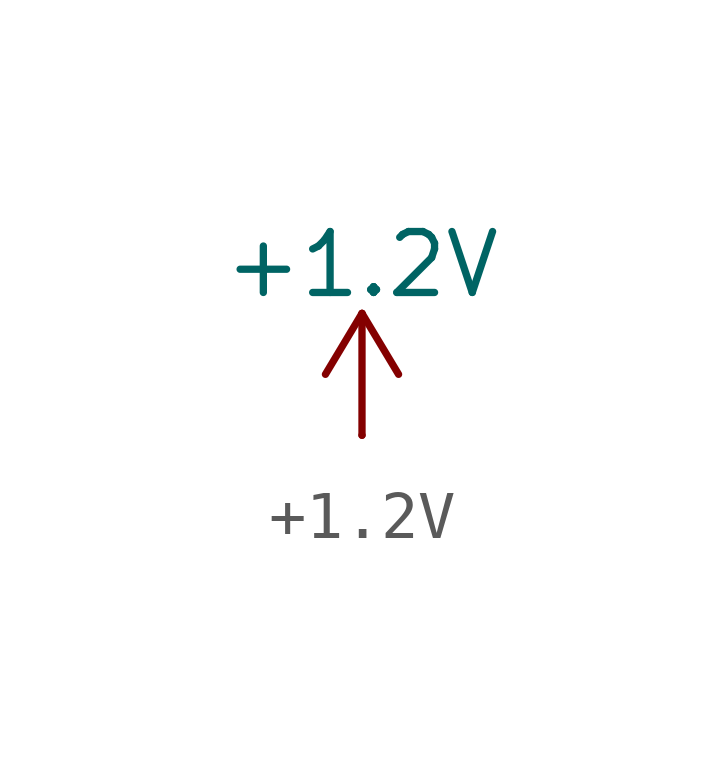
<source format=kicad_sym>
(kicad_symbol_lib
  (version 20231120)
  (generator "kicad_symbol_editor")
  (generator_version "8.0")
  (symbol "+1.2V"
    (power)
    (pin_numbers hide)
    (pin_names
      (offset 0) hide)
    (property "Reference" "#PWR"
      (at 0 -3.81 0)
      (effects (font (size 1.27 1.27)) (hide yes)))
    (property "Value" "+1.2V"
      (at 0 3.556 0)
      (effects (font (size 1.27 1.27))))
    (symbol "+1.2V_0_1"
      (polyline (pts (xy -0.762 1.27) (xy 0 2.54)) (stroke (width 0) (type default)) (fill (type none)))
      (polyline (pts (xy 0 0) (xy 0 2.54)) (stroke (width 0) (type default)) (fill (type none)))
      (polyline (pts (xy 0 2.54) (xy 0.762 1.27)) (stroke (width 0) (type default)) (fill (type none))))
    (symbol "+1.2V_1_1"
      (pin power_in line (at 0 0 90) (length 0) (name "~" (effects (font (size 1.27 1.27)))) (number "1" (effects (font (size 1.27 1.27))))))))
</source>
